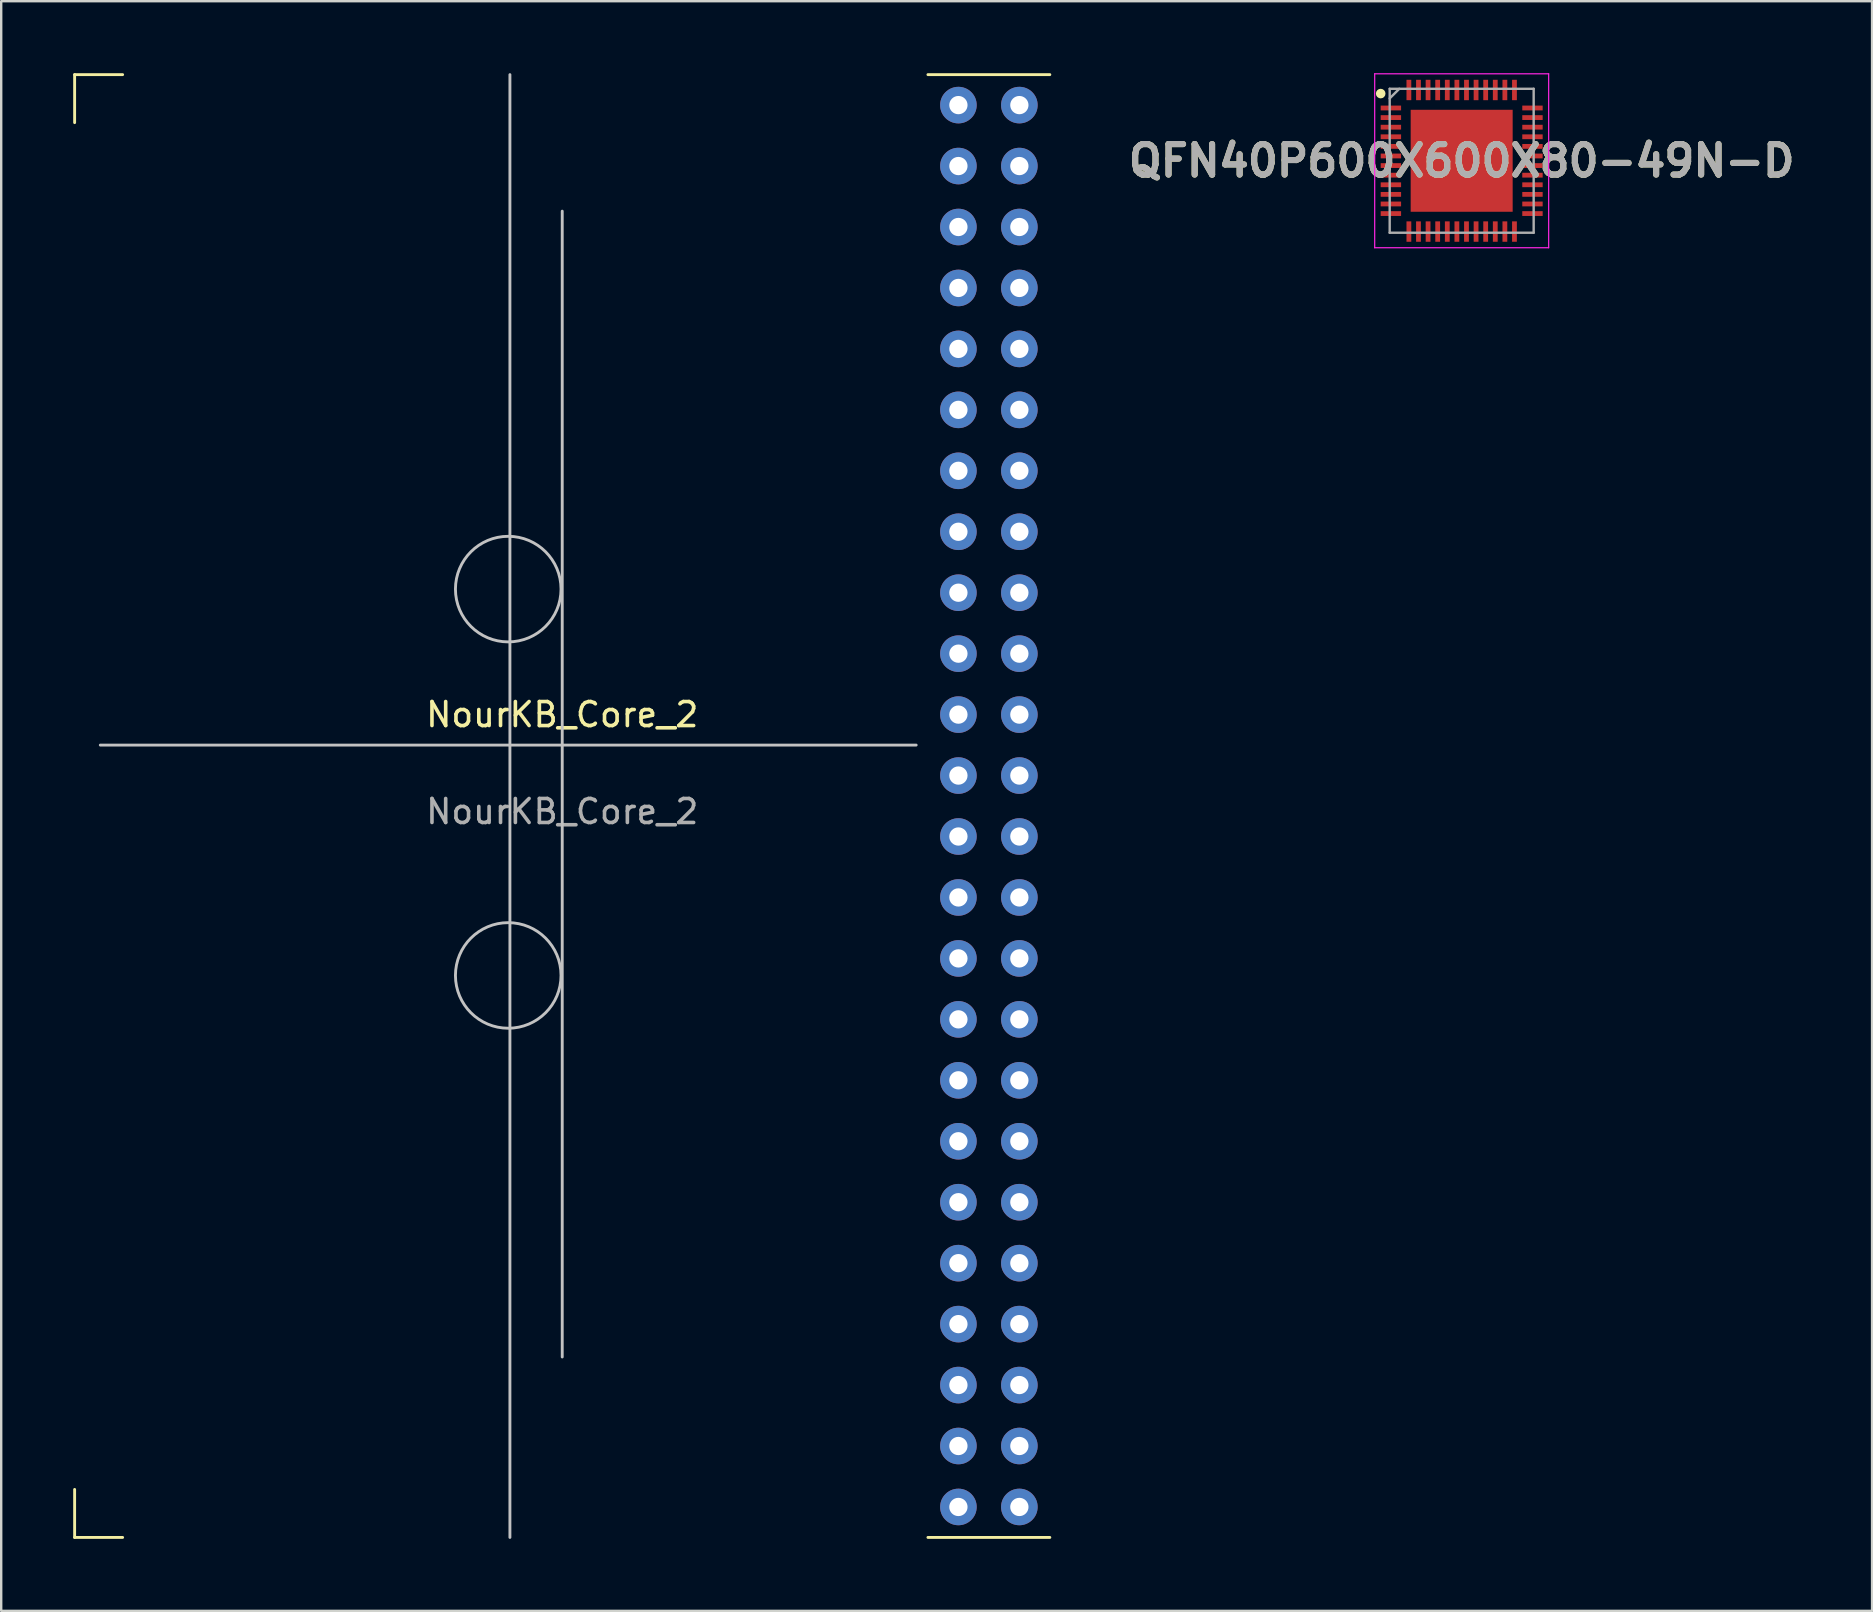
<source format=kicad_pcb>
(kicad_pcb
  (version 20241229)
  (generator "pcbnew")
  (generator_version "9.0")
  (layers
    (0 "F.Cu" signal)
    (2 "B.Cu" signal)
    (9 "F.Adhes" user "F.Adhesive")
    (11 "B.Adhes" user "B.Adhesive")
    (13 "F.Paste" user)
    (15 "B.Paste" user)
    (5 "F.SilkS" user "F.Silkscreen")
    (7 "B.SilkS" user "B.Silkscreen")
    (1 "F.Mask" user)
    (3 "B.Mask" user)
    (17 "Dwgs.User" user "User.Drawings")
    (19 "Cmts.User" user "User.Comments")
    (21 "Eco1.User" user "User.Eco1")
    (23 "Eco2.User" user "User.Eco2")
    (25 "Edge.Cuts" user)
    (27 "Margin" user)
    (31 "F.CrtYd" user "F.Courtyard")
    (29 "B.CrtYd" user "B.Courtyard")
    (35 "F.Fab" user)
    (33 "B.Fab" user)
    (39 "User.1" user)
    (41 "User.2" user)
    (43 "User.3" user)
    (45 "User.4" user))
  (footprint "QFN40P600X600X80-49N-D"
    (layer "F.Cu")
    (at 57.863 3.65)
    (property "Reference" "QFN40P600X600X80-49N-D" (at 0 0 0) (layer "F.SilkS") (effects (font (size 1.27 1.27) (thickness 0.254))))
    (attr smd)
    (fp_circle (center -3.375 -2.8) (end -3.375 -2.7) (stroke (width 0.2) (type solid)) (fill no) (layer "F.SilkS"))
    (fp_line (start -3.625 -3.625) (end 3.625 -3.625) (stroke (width 0.05) (type solid)) (layer "F.CrtYd"))
    (fp_line (start -3.625 3.625) (end -3.625 -3.625) (stroke (width 0.05) (type solid)) (layer "F.CrtYd"))
    (fp_line (start 3.625 -3.625) (end 3.625 3.625) (stroke (width 0.05) (type solid)) (layer "F.CrtYd"))
    (fp_line (start 3.625 3.625) (end -3.625 3.625) (stroke (width 0.05) (type solid)) (layer "F.CrtYd"))
    (fp_line (start -3 -3) (end 3 -3) (stroke (width 0.1) (type solid)) (layer "F.Fab"))
    (fp_line (start -3 -2.6) (end -2.6 -3) (stroke (width 0.1) (type solid)) (layer "F.Fab"))
    (fp_line (start -3 3) (end -3 -3) (stroke (width 0.1) (type solid)) (layer "F.Fab"))
    (fp_line (start 3 -3) (end 3 3) (stroke (width 0.1) (type solid)) (layer "F.Fab"))
    (fp_line (start 3 3) (end -3 3) (stroke (width 0.1) (type solid)) (layer "F.Fab"))
    (fp_text user "${REFERENCE}" (at 0 0 0) (layer "F.Fab") (effects (font (size 1.27 1.27) (thickness 0.254))))
    (pad "1" smd rect (at -2.95 -2.2 90) (size 0.2 0.85) (layers "F.Cu" "F.Mask" "F.Paste"))
    (pad "2" smd rect (at -2.95 -1.8 90) (size 0.2 0.85) (layers "F.Cu" "F.Mask" "F.Paste"))
    (pad "3" smd rect (at -2.95 -1.4 90) (size 0.2 0.85) (layers "F.Cu" "F.Mask" "F.Paste"))
    (pad "4" smd rect (at -2.95 -1 90) (size 0.2 0.85) (layers "F.Cu" "F.Mask" "F.Paste"))
    (pad "5" smd rect (at -2.95 -0.6 90) (size 0.2 0.85) (layers "F.Cu" "F.Mask" "F.Paste"))
    (pad "6" smd rect (at -2.95 -0.2 90) (size 0.2 0.85) (layers "F.Cu" "F.Mask" "F.Paste"))
    (pad "7" smd rect (at -2.95 0.2 90) (size 0.2 0.85) (layers "F.Cu" "F.Mask" "F.Paste"))
    (pad "8" smd rect (at -2.95 0.6 90) (size 0.2 0.85) (layers "F.Cu" "F.Mask" "F.Paste"))
    (pad "9" smd rect (at -2.95 1 90) (size 0.2 0.85) (layers "F.Cu" "F.Mask" "F.Paste"))
    (pad "10" smd rect (at -2.95 1.4 90) (size 0.2 0.85) (layers "F.Cu" "F.Mask" "F.Paste"))
    (pad "11" smd rect (at -2.95 1.8 90) (size 0.2 0.85) (layers "F.Cu" "F.Mask" "F.Paste"))
    (pad "12" smd rect (at -2.95 2.2 90) (size 0.2 0.85) (layers "F.Cu" "F.Mask" "F.Paste"))
    (pad "13" smd rect (at -2.2 2.95) (size 0.2 0.85) (layers "F.Cu" "F.Mask" "F.Paste"))
    (pad "14" smd rect (at -1.8 2.95) (size 0.2 0.85) (layers "F.Cu" "F.Mask" "F.Paste"))
    (pad "15" smd rect (at -1.4 2.95) (size 0.2 0.85) (layers "F.Cu" "F.Mask" "F.Paste"))
    (pad "16" smd rect (at -1 2.95) (size 0.2 0.85) (layers "F.Cu" "F.Mask" "F.Paste"))
    (pad "17" smd rect (at -0.6 2.95) (size 0.2 0.85) (layers "F.Cu" "F.Mask" "F.Paste"))
    (pad "18" smd rect (at -0.2 2.95) (size 0.2 0.85) (layers "F.Cu" "F.Mask" "F.Paste"))
    (pad "19" smd rect (at 0.2 2.95) (size 0.2 0.85) (layers "F.Cu" "F.Mask" "F.Paste"))
    (pad "20" smd rect (at 0.6 2.95) (size 0.2 0.85) (layers "F.Cu" "F.Mask" "F.Paste"))
    (pad "21" smd rect (at 1 2.95) (size 0.2 0.85) (layers "F.Cu" "F.Mask" "F.Paste"))
    (pad "22" smd rect (at 1.4 2.95) (size 0.2 0.85) (layers "F.Cu" "F.Mask" "F.Paste"))
    (pad "23" smd rect (at 1.8 2.95) (size 0.2 0.85) (layers "F.Cu" "F.Mask" "F.Paste"))
    (pad "24" smd rect (at 2.2 2.95) (size 0.2 0.85) (layers "F.Cu" "F.Mask" "F.Paste"))
    (pad "25" smd rect (at 2.95 2.2 90) (size 0.2 0.85) (layers "F.Cu" "F.Mask" "F.Paste"))
    (pad "26" smd rect (at 2.95 1.8 90) (size 0.2 0.85) (layers "F.Cu" "F.Mask" "F.Paste"))
    (pad "27" smd rect (at 2.95 1.4 90) (size 0.2 0.85) (layers "F.Cu" "F.Mask" "F.Paste"))
    (pad "28" smd rect (at 2.95 1 90) (size 0.2 0.85) (layers "F.Cu" "F.Mask" "F.Paste"))
    (pad "29" smd rect (at 2.95 0.6 90) (size 0.2 0.85) (layers "F.Cu" "F.Mask" "F.Paste"))
    (pad "30" smd rect (at 2.95 0.2 90) (size 0.2 0.85) (layers "F.Cu" "F.Mask" "F.Paste"))
    (pad "31" smd rect (at 2.95 -0.2 90) (size 0.2 0.85) (layers "F.Cu" "F.Mask" "F.Paste"))
    (pad "32" smd rect (at 2.95 -0.6 90) (size 0.2 0.85) (layers "F.Cu" "F.Mask" "F.Paste"))
    (pad "33" smd rect (at 2.95 -1 90) (size 0.2 0.85) (layers "F.Cu" "F.Mask" "F.Paste"))
    (pad "34" smd rect (at 2.95 -1.4 90) (size 0.2 0.85) (layers "F.Cu" "F.Mask" "F.Paste"))
    (pad "35" smd rect (at 2.95 -1.8 90) (size 0.2 0.85) (layers "F.Cu" "F.Mask" "F.Paste"))
    (pad "36" smd rect (at 2.95 -2.2 90) (size 0.2 0.85) (layers "F.Cu" "F.Mask" "F.Paste"))
    (pad "37" smd rect (at 2.2 -2.95) (size 0.2 0.85) (layers "F.Cu" "F.Mask" "F.Paste"))
    (pad "38" smd rect (at 1.8 -2.95) (size 0.2 0.85) (layers "F.Cu" "F.Mask" "F.Paste"))
    (pad "39" smd rect (at 1.4 -2.95) (size 0.2 0.85) (layers "F.Cu" "F.Mask" "F.Paste"))
    (pad "40" smd rect (at 1 -2.95) (size 0.2 0.85) (layers "F.Cu" "F.Mask" "F.Paste"))
    (pad "41" smd rect (at 0.6 -2.95) (size 0.2 0.85) (layers "F.Cu" "F.Mask" "F.Paste"))
    (pad "42" smd rect (at 0.2 -2.95) (size 0.2 0.85) (layers "F.Cu" "F.Mask" "F.Paste"))
    (pad "43" smd rect (at -0.2 -2.95) (size 0.2 0.85) (layers "F.Cu" "F.Mask" "F.Paste"))
    (pad "44" smd rect (at -0.6 -2.95) (size 0.2 0.85) (layers "F.Cu" "F.Mask" "F.Paste"))
    (pad "45" smd rect (at -1 -2.95) (size 0.2 0.85) (layers "F.Cu" "F.Mask" "F.Paste"))
    (pad "46" smd rect (at -1.4 -2.95) (size 0.2 0.85) (layers "F.Cu" "F.Mask" "F.Paste"))
    (pad "47" smd rect (at -1.8 -2.95) (size 0.2 0.85) (layers "F.Cu" "F.Mask" "F.Paste"))
    (pad "48" smd rect (at -2.2 -2.95) (size 0.2 0.85) (layers "F.Cu" "F.Mask" "F.Paste"))
    (pad "49" smd rect (at 0 0) (size 4.25 4.25) (layers "F.Cu" "F.Mask" "F.Paste")))
  (footprint "NourKB_Core_2"
    (layer "F.Cu")
    (at 20.38 28)
    (property "Reference" "NourKB_Core_2" (at 0 -1.27 0) (unlocked yes) (layer "F.SilkS") (effects (font (size 1 1) (thickness 0.15))))
    (attr through_hole)
    (fp_line (start -20.32 -27.94) (end -18.32 -27.94) (stroke (width 0.12) (type solid)) (layer "F.SilkS"))
    (fp_line (start -20.32 -25.94) (end -20.32 -27.94) (stroke (width 0.12) (type solid)) (layer "F.SilkS"))
    (fp_line (start -20.32 33.02) (end -20.32 31.02) (stroke (width 0.12) (type solid)) (layer "F.SilkS"))
    (fp_line (start -18.32 33.02) (end -20.32 33.02) (stroke (width 0.12) (type solid)) (layer "F.SilkS"))
    (fp_line (start 20.32 -27.94) (end 15.24 -27.94) (stroke (width 0.12) (type solid)) (layer "F.SilkS"))
    (fp_line (start 20.32 33.02) (end 15.24 33.02) (stroke (width 0.12) (type solid)) (layer "F.SilkS"))
    (fp_line (start -19.25 0) (end 14.75 0) (stroke (width 0.12) (type solid)) (layer "Dwgs.User"))
    (fp_line (start -2.18 -27.94) (end -2.18 33.02) (stroke (width 0.12) (type solid)) (layer "Dwgs.User"))
    (fp_line (start 0 -22.25) (end 0 25.5) (stroke (width 0.12) (type solid)) (layer "Dwgs.User"))
    (fp_circle (center -2.25 -6.5) (end -0.05 -6.5) (stroke (width 0.12) (type solid)) (fill no) (layer "Dwgs.User"))
    (fp_circle (center -2.25 9.6) (end -0.05 9.6) (stroke (width 0.12) (type solid)) (fill no) (layer "Dwgs.User"))
    (fp_text user "${REFERENCE}" (at 0 2.77 0) (unlocked yes) (layer "F.Fab") (effects (font (size 1 1) (thickness 0.15))))
    (pad "1" thru_hole circle (at 16.51 31.75 90) (size 1.524 1.524) (drill 0.762) (layers "*.Cu" "*.Mask"))
    (pad "2" thru_hole circle (at 16.51 29.21 90) (size 1.524 1.524) (drill 0.762) (layers "*.Cu" "*.Mask"))
    (pad "3" thru_hole circle (at 16.51 26.67 90) (size 1.524 1.524) (drill 0.762) (layers "*.Cu" "*.Mask"))
    (pad "4" thru_hole circle (at 16.51 24.13 90) (size 1.524 1.524) (drill 0.762) (layers "*.Cu" "*.Mask"))
    (pad "5" thru_hole circle (at 16.51 21.59 90) (size 1.524 1.524) (drill 0.762) (layers "*.Cu" "*.Mask"))
    (pad "6" thru_hole circle (at 16.51 19.05 90) (size 1.524 1.524) (drill 0.762) (layers "*.Cu" "*.Mask"))
    (pad "7" thru_hole circle (at 16.51 16.51 90) (size 1.524 1.524) (drill 0.762) (layers "*.Cu" "*.Mask"))
    (pad "8" thru_hole circle (at 16.51 13.97 90) (size 1.524 1.524) (drill 0.762) (layers "*.Cu" "*.Mask"))
    (pad "9" thru_hole circle (at 16.51 11.43 90) (size 1.524 1.524) (drill 0.762) (layers "*.Cu" "*.Mask"))
    (pad "10" thru_hole circle (at 16.51 8.89 90) (size 1.524 1.524) (drill 0.762) (layers "*.Cu" "*.Mask"))
    (pad "11" thru_hole circle (at 16.51 6.35 90) (size 1.524 1.524) (drill 0.762) (layers "*.Cu" "*.Mask"))
    (pad "12" thru_hole circle (at 16.51 3.81 90) (size 1.524 1.524) (drill 0.762) (layers "*.Cu" "*.Mask"))
    (pad "13" thru_hole circle (at 16.51 1.27 90) (size 1.524 1.524) (drill 0.762) (layers "*.Cu" "*.Mask"))
    (pad "14" thru_hole circle (at 16.51 -1.27 90) (size 1.524 1.524) (drill 0.762) (layers "*.Cu" "*.Mask"))
    (pad "15" thru_hole circle (at 16.51 -3.81 90) (size 1.524 1.524) (drill 0.762) (layers "*.Cu" "*.Mask"))
    (pad "16" thru_hole circle (at 16.51 -6.35 90) (size 1.524 1.524) (drill 0.762) (layers "*.Cu" "*.Mask"))
    (pad "17" thru_hole circle (at 16.51 -8.89 270) (size 1.524 1.524) (drill 0.762) (layers "*.Cu" "*.Mask"))
    (pad "18" thru_hole circle (at 16.51 -11.43 270) (size 1.524 1.524) (drill 0.762) (layers "*.Cu" "*.Mask"))
    (pad "19" thru_hole circle (at 16.51 -13.97 270) (size 1.524 1.524) (drill 0.762) (layers "*.Cu" "*.Mask"))
    (pad "20" thru_hole circle (at 16.51 -16.51 270) (size 1.524 1.524) (drill 0.762) (layers "*.Cu" "*.Mask"))
    (pad "21" thru_hole circle (at 16.51 -19.05 270) (size 1.524 1.524) (drill 0.762) (layers "*.Cu" "*.Mask"))
    (pad "22" thru_hole circle (at 16.51 -21.59 270) (size 1.524 1.524) (drill 0.762) (layers "*.Cu" "*.Mask"))
    (pad "23" thru_hole circle (at 16.51 -24.13 270) (size 1.524 1.524) (drill 0.762) (layers "*.Cu" "*.Mask"))
    (pad "24" thru_hole circle (at 16.51 -26.67 270) (size 1.524 1.524) (drill 0.762) (layers "*.Cu" "*.Mask"))
    (pad "25" thru_hole circle (at 19.05 -26.67 90) (size 1.524 1.524) (drill 0.762) (layers "*.Cu" "*.Mask"))
    (pad "26" thru_hole circle (at 19.05 -24.13 90) (size 1.524 1.524) (drill 0.762) (layers "*.Cu" "*.Mask"))
    (pad "27" thru_hole circle (at 19.05 -21.59 90) (size 1.524 1.524) (drill 0.762) (layers "*.Cu" "*.Mask"))
    (pad "28" thru_hole circle (at 19.05 -19.05 90) (size 1.524 1.524) (drill 0.762) (layers "*.Cu" "*.Mask"))
    (pad "29" thru_hole circle (at 19.05 -16.51 90) (size 1.524 1.524) (drill 0.762) (layers "*.Cu" "*.Mask"))
    (pad "30" thru_hole circle (at 19.05 -13.97 90) (size 1.524 1.524) (drill 0.762) (layers "*.Cu" "*.Mask"))
    (pad "31" thru_hole circle (at 19.05 -11.43 90) (size 1.524 1.524) (drill 0.762) (layers "*.Cu" "*.Mask"))
    (pad "32" thru_hole circle (at 19.05 -8.89 90) (size 1.524 1.524) (drill 0.762) (layers "*.Cu" "*.Mask"))
    (pad "33" thru_hole circle (at 19.05 -6.35 90) (size 1.524 1.524) (drill 0.762) (layers "*.Cu" "*.Mask"))
    (pad "34" thru_hole circle (at 19.05 -3.81 90) (size 1.524 1.524) (drill 0.762) (layers "*.Cu" "*.Mask"))
    (pad "35" thru_hole circle (at 19.05 -1.27 90) (size 1.524 1.524) (drill 0.762) (layers "*.Cu" "*.Mask"))
    (pad "36" thru_hole circle (at 19.05 1.27 90) (size 1.524 1.524) (drill 0.762) (layers "*.Cu" "*.Mask"))
    (pad "37" thru_hole circle (at 19.05 3.81 90) (size 1.524 1.524) (drill 0.762) (layers "*.Cu" "*.Mask"))
    (pad "38" thru_hole circle (at 19.05 6.35 90) (size 1.524 1.524) (drill 0.762) (layers "*.Cu" "*.Mask"))
    (pad "39" thru_hole circle (at 19.05 8.89 90) (size 1.524 1.524) (drill 0.762) (layers "*.Cu" "*.Mask"))
    (pad "40" thru_hole circle (at 19.05 11.43 90) (size 1.524 1.524) (drill 0.762) (layers "*.Cu" "*.Mask"))
    (pad "41" thru_hole circle (at 19.05 13.97 90) (size 1.524 1.524) (drill 0.762) (layers "*.Cu" "*.Mask"))
    (pad "42" thru_hole circle (at 19.05 16.51 90) (size 1.524 1.524) (drill 0.762) (layers "*.Cu" "*.Mask"))
    (pad "43" thru_hole circle (at 19.05 19.05 90) (size 1.524 1.524) (drill 0.762) (layers "*.Cu" "*.Mask"))
    (pad "44" thru_hole circle (at 19.05 21.59 90) (size 1.524 1.524) (drill 0.762) (layers "*.Cu" "*.Mask"))
    (pad "45" thru_hole circle (at 19.05 24.13 90) (size 1.524 1.524) (drill 0.762) (layers "*.Cu" "*.Mask"))
    (pad "46" thru_hole circle (at 19.05 26.67 90) (size 1.524 1.524) (drill 0.762) (layers "*.Cu" "*.Mask"))
    (pad "47" thru_hole circle (at 19.05 29.21 90) (size 1.524 1.524) (drill 0.762) (layers "*.Cu" "*.Mask"))
    (pad "48" thru_hole circle (at 19.05 31.75 90) (size 1.524 1.524) (drill 0.762) (layers "*.Cu" "*.Mask")))
  (gr_rect
    (start -3 -3)
    (end 74.966 64.08)
    (stroke (width 0.1) (type default))
    (fill no)
    (layer "Edge.Cuts")))
</source>
